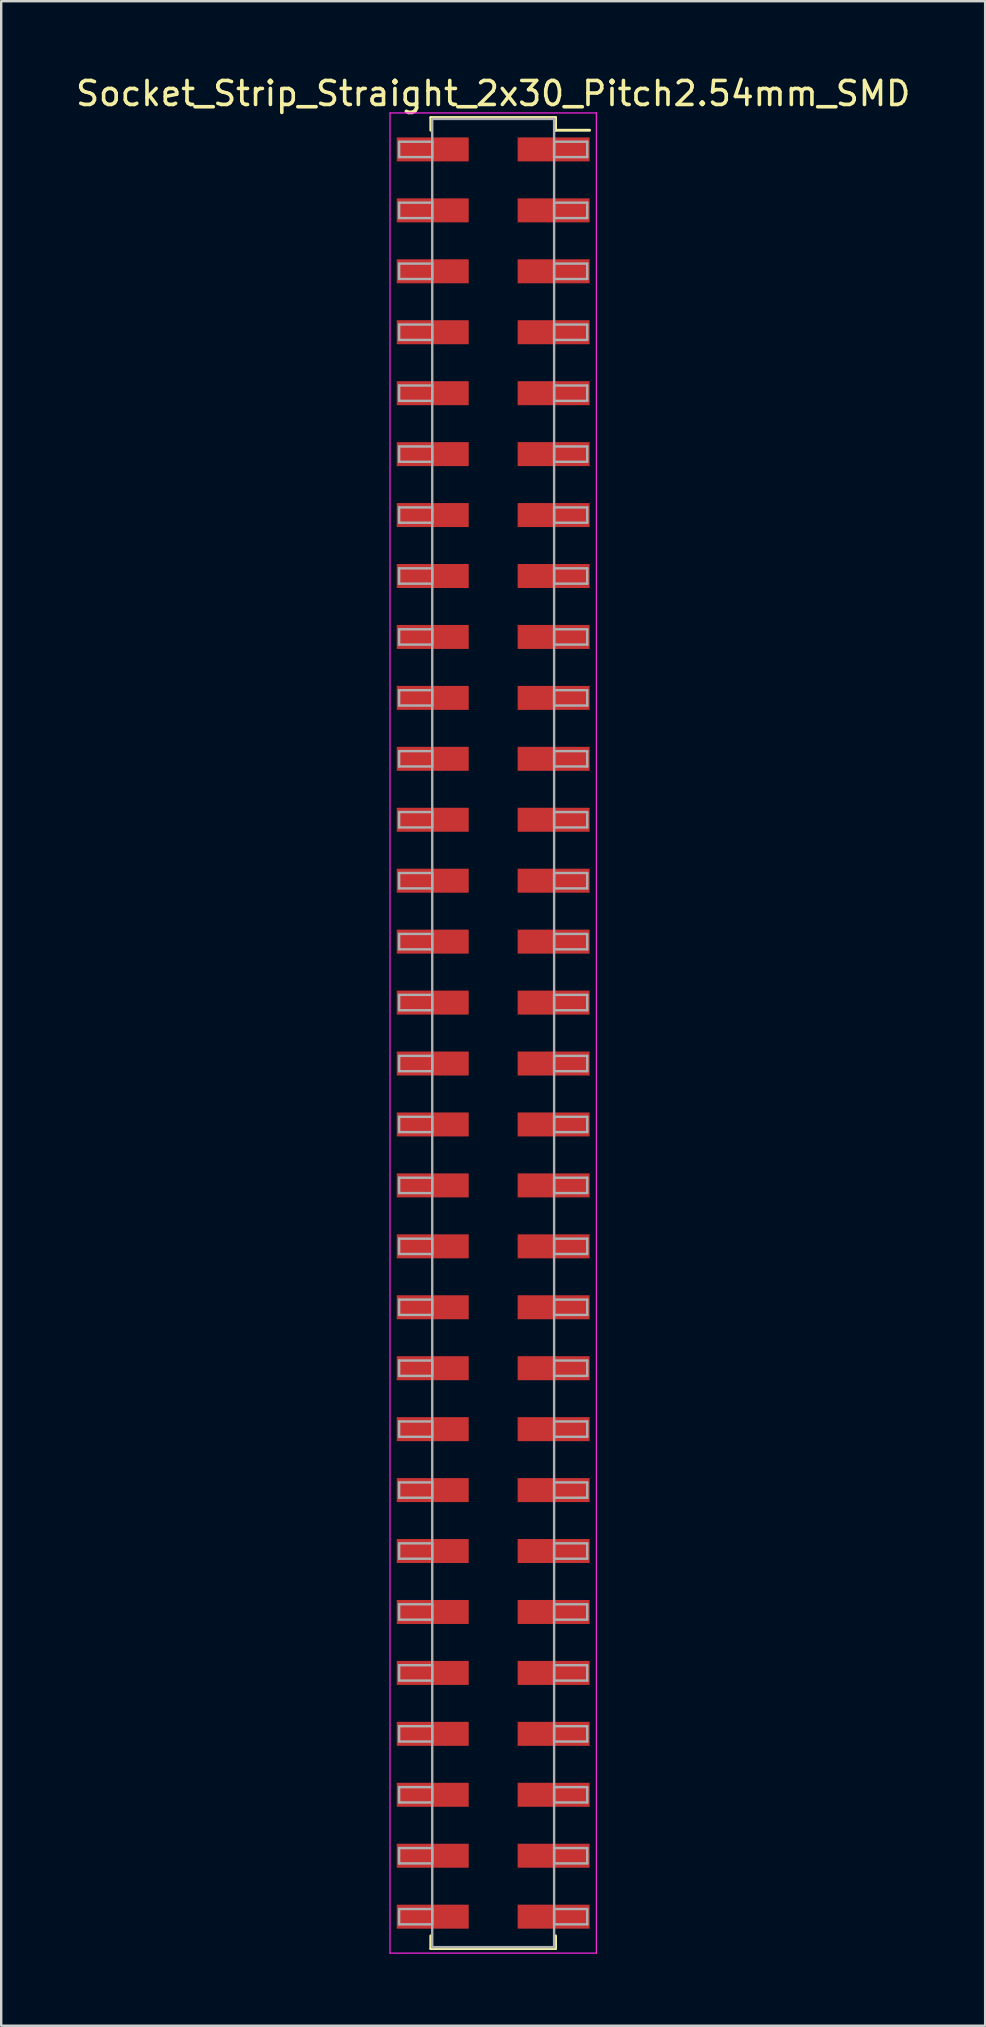
<source format=kicad_pcb>
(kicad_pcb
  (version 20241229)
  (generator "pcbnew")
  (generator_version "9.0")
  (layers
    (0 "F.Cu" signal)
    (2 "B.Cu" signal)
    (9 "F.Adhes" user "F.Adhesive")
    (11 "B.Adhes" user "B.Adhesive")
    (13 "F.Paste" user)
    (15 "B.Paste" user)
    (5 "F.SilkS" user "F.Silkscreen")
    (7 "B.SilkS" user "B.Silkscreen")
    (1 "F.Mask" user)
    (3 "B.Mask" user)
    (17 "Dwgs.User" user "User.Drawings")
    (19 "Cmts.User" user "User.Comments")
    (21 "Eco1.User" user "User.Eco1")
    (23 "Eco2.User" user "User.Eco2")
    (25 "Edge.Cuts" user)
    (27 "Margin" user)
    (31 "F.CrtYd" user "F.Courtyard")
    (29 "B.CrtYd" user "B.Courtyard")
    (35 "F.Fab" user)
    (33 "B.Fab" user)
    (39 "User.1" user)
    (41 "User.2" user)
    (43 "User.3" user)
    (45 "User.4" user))
  (footprint "Socket_Strip_Straight_2x30_Pitch2.54mm_SMD"
    (layer "F.Cu")
    (at 17.506 40.008)
    (property "Reference" "Socket_Strip_Straight_2x30_Pitch2.54mm_SMD" (at 0 -39.16 0) (layer "F.SilkS") (effects (font (size 1 1) (thickness 0.15))))
    (attr smd)
    (fp_line (start -2.6 -38.16) (end 2.6 -38.16) (stroke (width 0.12) (type solid)) (layer "F.SilkS"))
    (fp_line (start -2.6 -37.63) (end -2.6 -38.16) (stroke (width 0.12) (type solid)) (layer "F.SilkS"))
    (fp_line (start -2.6 37.63) (end -2.6 38.16) (stroke (width 0.12) (type solid)) (layer "F.SilkS"))
    (fp_line (start -2.6 38.16) (end 2.6 38.16) (stroke (width 0.12) (type solid)) (layer "F.SilkS"))
    (fp_line (start 2.6 -38.16) (end 2.6 -37.63) (stroke (width 0.12) (type solid)) (layer "F.SilkS"))
    (fp_line (start 2.6 38.16) (end 2.6 37.63) (stroke (width 0.12) (type solid)) (layer "F.SilkS"))
    (fp_line (start 4.02 -37.63) (end 2.6 -37.63) (stroke (width 0.12) (type solid)) (layer "F.SilkS"))
    (fp_line (start -4.3 -38.35) (end -4.3 38.35) (stroke (width 0.05) (type solid)) (layer "F.CrtYd"))
    (fp_line (start -4.3 38.35) (end 4.3 38.35) (stroke (width 0.05) (type solid)) (layer "F.CrtYd"))
    (fp_line (start 4.3 -38.35) (end -4.3 -38.35) (stroke (width 0.05) (type solid)) (layer "F.CrtYd"))
    (fp_line (start 4.3 38.35) (end 4.3 -38.35) (stroke (width 0.05) (type solid)) (layer "F.CrtYd"))
    (fp_line (start -3.92 -37.15) (end -2.54 -37.15) (stroke (width 0.1) (type solid)) (layer "F.Fab"))
    (fp_line (start -3.92 -36.51) (end -3.92 -37.15) (stroke (width 0.1) (type solid)) (layer "F.Fab"))
    (fp_line (start -3.92 -34.61) (end -2.54 -34.61) (stroke (width 0.1) (type solid)) (layer "F.Fab"))
    (fp_line (start -3.92 -33.97) (end -3.92 -34.61) (stroke (width 0.1) (type solid)) (layer "F.Fab"))
    (fp_line (start -3.92 -32.07) (end -2.54 -32.07) (stroke (width 0.1) (type solid)) (layer "F.Fab"))
    (fp_line (start -3.92 -31.43) (end -3.92 -32.07) (stroke (width 0.1) (type solid)) (layer "F.Fab"))
    (fp_line (start -3.92 -29.53) (end -2.54 -29.53) (stroke (width 0.1) (type solid)) (layer "F.Fab"))
    (fp_line (start -3.92 -28.89) (end -3.92 -29.53) (stroke (width 0.1) (type solid)) (layer "F.Fab"))
    (fp_line (start -3.92 -26.99) (end -2.54 -26.99) (stroke (width 0.1) (type solid)) (layer "F.Fab"))
    (fp_line (start -3.92 -26.35) (end -3.92 -26.99) (stroke (width 0.1) (type solid)) (layer "F.Fab"))
    (fp_line (start -3.92 -24.45) (end -2.54 -24.45) (stroke (width 0.1) (type solid)) (layer "F.Fab"))
    (fp_line (start -3.92 -23.81) (end -3.92 -24.45) (stroke (width 0.1) (type solid)) (layer "F.Fab"))
    (fp_line (start -3.92 -21.91) (end -2.54 -21.91) (stroke (width 0.1) (type solid)) (layer "F.Fab"))
    (fp_line (start -3.92 -21.27) (end -3.92 -21.91) (stroke (width 0.1) (type solid)) (layer "F.Fab"))
    (fp_line (start -3.92 -19.37) (end -2.54 -19.37) (stroke (width 0.1) (type solid)) (layer "F.Fab"))
    (fp_line (start -3.92 -18.73) (end -3.92 -19.37) (stroke (width 0.1) (type solid)) (layer "F.Fab"))
    (fp_line (start -3.92 -16.83) (end -2.54 -16.83) (stroke (width 0.1) (type solid)) (layer "F.Fab"))
    (fp_line (start -3.92 -16.19) (end -3.92 -16.83) (stroke (width 0.1) (type solid)) (layer "F.Fab"))
    (fp_line (start -3.92 -14.29) (end -2.54 -14.29) (stroke (width 0.1) (type solid)) (layer "F.Fab"))
    (fp_line (start -3.92 -13.65) (end -3.92 -14.29) (stroke (width 0.1) (type solid)) (layer "F.Fab"))
    (fp_line (start -3.92 -11.75) (end -2.54 -11.75) (stroke (width 0.1) (type solid)) (layer "F.Fab"))
    (fp_line (start -3.92 -11.11) (end -3.92 -11.75) (stroke (width 0.1) (type solid)) (layer "F.Fab"))
    (fp_line (start -3.92 -9.21) (end -2.54 -9.21) (stroke (width 0.1) (type solid)) (layer "F.Fab"))
    (fp_line (start -3.92 -8.57) (end -3.92 -9.21) (stroke (width 0.1) (type solid)) (layer "F.Fab"))
    (fp_line (start -3.92 -6.67) (end -2.54 -6.67) (stroke (width 0.1) (type solid)) (layer "F.Fab"))
    (fp_line (start -3.92 -6.03) (end -3.92 -6.67) (stroke (width 0.1) (type solid)) (layer "F.Fab"))
    (fp_line (start -3.92 -4.13) (end -2.54 -4.13) (stroke (width 0.1) (type solid)) (layer "F.Fab"))
    (fp_line (start -3.92 -3.49) (end -3.92 -4.13) (stroke (width 0.1) (type solid)) (layer "F.Fab"))
    (fp_line (start -3.92 -1.59) (end -2.54 -1.59) (stroke (width 0.1) (type solid)) (layer "F.Fab"))
    (fp_line (start -3.92 -0.95) (end -3.92 -1.59) (stroke (width 0.1) (type solid)) (layer "F.Fab"))
    (fp_line (start -3.92 0.95) (end -2.54 0.95) (stroke (width 0.1) (type solid)) (layer "F.Fab"))
    (fp_line (start -3.92 1.59) (end -3.92 0.95) (stroke (width 0.1) (type solid)) (layer "F.Fab"))
    (fp_line (start -3.92 3.49) (end -2.54 3.49) (stroke (width 0.1) (type solid)) (layer "F.Fab"))
    (fp_line (start -3.92 4.13) (end -3.92 3.49) (stroke (width 0.1) (type solid)) (layer "F.Fab"))
    (fp_line (start -3.92 6.03) (end -2.54 6.03) (stroke (width 0.1) (type solid)) (layer "F.Fab"))
    (fp_line (start -3.92 6.67) (end -3.92 6.03) (stroke (width 0.1) (type solid)) (layer "F.Fab"))
    (fp_line (start -3.92 8.57) (end -2.54 8.57) (stroke (width 0.1) (type solid)) (layer "F.Fab"))
    (fp_line (start -3.92 9.21) (end -3.92 8.57) (stroke (width 0.1) (type solid)) (layer "F.Fab"))
    (fp_line (start -3.92 11.11) (end -2.54 11.11) (stroke (width 0.1) (type solid)) (layer "F.Fab"))
    (fp_line (start -3.92 11.75) (end -3.92 11.11) (stroke (width 0.1) (type solid)) (layer "F.Fab"))
    (fp_line (start -3.92 13.65) (end -2.54 13.65) (stroke (width 0.1) (type solid)) (layer "F.Fab"))
    (fp_line (start -3.92 14.29) (end -3.92 13.65) (stroke (width 0.1) (type solid)) (layer "F.Fab"))
    (fp_line (start -3.92 16.19) (end -2.54 16.19) (stroke (width 0.1) (type solid)) (layer "F.Fab"))
    (fp_line (start -3.92 16.83) (end -3.92 16.19) (stroke (width 0.1) (type solid)) (layer "F.Fab"))
    (fp_line (start -3.92 18.73) (end -2.54 18.73) (stroke (width 0.1) (type solid)) (layer "F.Fab"))
    (fp_line (start -3.92 19.37) (end -3.92 18.73) (stroke (width 0.1) (type solid)) (layer "F.Fab"))
    (fp_line (start -3.92 21.27) (end -2.54 21.27) (stroke (width 0.1) (type solid)) (layer "F.Fab"))
    (fp_line (start -3.92 21.91) (end -3.92 21.27) (stroke (width 0.1) (type solid)) (layer "F.Fab"))
    (fp_line (start -3.92 23.81) (end -2.54 23.81) (stroke (width 0.1) (type solid)) (layer "F.Fab"))
    (fp_line (start -3.92 24.45) (end -3.92 23.81) (stroke (width 0.1) (type solid)) (layer "F.Fab"))
    (fp_line (start -3.92 26.35) (end -2.54 26.35) (stroke (width 0.1) (type solid)) (layer "F.Fab"))
    (fp_line (start -3.92 26.99) (end -3.92 26.35) (stroke (width 0.1) (type solid)) (layer "F.Fab"))
    (fp_line (start -3.92 28.89) (end -2.54 28.89) (stroke (width 0.1) (type solid)) (layer "F.Fab"))
    (fp_line (start -3.92 29.53) (end -3.92 28.89) (stroke (width 0.1) (type solid)) (layer "F.Fab"))
    (fp_line (start -3.92 31.43) (end -2.54 31.43) (stroke (width 0.1) (type solid)) (layer "F.Fab"))
    (fp_line (start -3.92 32.07) (end -3.92 31.43) (stroke (width 0.1) (type solid)) (layer "F.Fab"))
    (fp_line (start -3.92 33.97) (end -2.54 33.97) (stroke (width 0.1) (type solid)) (layer "F.Fab"))
    (fp_line (start -3.92 34.61) (end -3.92 33.97) (stroke (width 0.1) (type solid)) (layer "F.Fab"))
    (fp_line (start -3.92 36.51) (end -2.54 36.51) (stroke (width 0.1) (type solid)) (layer "F.Fab"))
    (fp_line (start -3.92 37.15) (end -3.92 36.51) (stroke (width 0.1) (type solid)) (layer "F.Fab"))
    (fp_line (start -2.54 -38.1) (end -2.54 38.1) (stroke (width 0.1) (type solid)) (layer "F.Fab"))
    (fp_line (start -2.54 -37.15) (end -2.54 -36.51) (stroke (width 0.1) (type solid)) (layer "F.Fab"))
    (fp_line (start -2.54 -36.51) (end -3.92 -36.51) (stroke (width 0.1) (type solid)) (layer "F.Fab"))
    (fp_line (start -2.54 -34.61) (end -2.54 -33.97) (stroke (width 0.1) (type solid)) (layer "F.Fab"))
    (fp_line (start -2.54 -33.97) (end -3.92 -33.97) (stroke (width 0.1) (type solid)) (layer "F.Fab"))
    (fp_line (start -2.54 -32.07) (end -2.54 -31.43) (stroke (width 0.1) (type solid)) (layer "F.Fab"))
    (fp_line (start -2.54 -31.43) (end -3.92 -31.43) (stroke (width 0.1) (type solid)) (layer "F.Fab"))
    (fp_line (start -2.54 -29.53) (end -2.54 -28.89) (stroke (width 0.1) (type solid)) (layer "F.Fab"))
    (fp_line (start -2.54 -28.89) (end -3.92 -28.89) (stroke (width 0.1) (type solid)) (layer "F.Fab"))
    (fp_line (start -2.54 -26.99) (end -2.54 -26.35) (stroke (width 0.1) (type solid)) (layer "F.Fab"))
    (fp_line (start -2.54 -26.35) (end -3.92 -26.35) (stroke (width 0.1) (type solid)) (layer "F.Fab"))
    (fp_line (start -2.54 -24.45) (end -2.54 -23.81) (stroke (width 0.1) (type solid)) (layer "F.Fab"))
    (fp_line (start -2.54 -23.81) (end -3.92 -23.81) (stroke (width 0.1) (type solid)) (layer "F.Fab"))
    (fp_line (start -2.54 -21.91) (end -2.54 -21.27) (stroke (width 0.1) (type solid)) (layer "F.Fab"))
    (fp_line (start -2.54 -21.27) (end -3.92 -21.27) (stroke (width 0.1) (type solid)) (layer "F.Fab"))
    (fp_line (start -2.54 -19.37) (end -2.54 -18.73) (stroke (width 0.1) (type solid)) (layer "F.Fab"))
    (fp_line (start -2.54 -18.73) (end -3.92 -18.73) (stroke (width 0.1) (type solid)) (layer "F.Fab"))
    (fp_line (start -2.54 -16.83) (end -2.54 -16.19) (stroke (width 0.1) (type solid)) (layer "F.Fab"))
    (fp_line (start -2.54 -16.19) (end -3.92 -16.19) (stroke (width 0.1) (type solid)) (layer "F.Fab"))
    (fp_line (start -2.54 -14.29) (end -2.54 -13.65) (stroke (width 0.1) (type solid)) (layer "F.Fab"))
    (fp_line (start -2.54 -13.65) (end -3.92 -13.65) (stroke (width 0.1) (type solid)) (layer "F.Fab"))
    (fp_line (start -2.54 -11.75) (end -2.54 -11.11) (stroke (width 0.1) (type solid)) (layer "F.Fab"))
    (fp_line (start -2.54 -11.11) (end -3.92 -11.11) (stroke (width 0.1) (type solid)) (layer "F.Fab"))
    (fp_line (start -2.54 -9.21) (end -2.54 -8.57) (stroke (width 0.1) (type solid)) (layer "F.Fab"))
    (fp_line (start -2.54 -8.57) (end -3.92 -8.57) (stroke (width 0.1) (type solid)) (layer "F.Fab"))
    (fp_line (start -2.54 -6.67) (end -2.54 -6.03) (stroke (width 0.1) (type solid)) (layer "F.Fab"))
    (fp_line (start -2.54 -6.03) (end -3.92 -6.03) (stroke (width 0.1) (type solid)) (layer "F.Fab"))
    (fp_line (start -2.54 -4.13) (end -2.54 -3.49) (stroke (width 0.1) (type solid)) (layer "F.Fab"))
    (fp_line (start -2.54 -3.49) (end -3.92 -3.49) (stroke (width 0.1) (type solid)) (layer "F.Fab"))
    (fp_line (start -2.54 -1.59) (end -2.54 -0.95) (stroke (width 0.1) (type solid)) (layer "F.Fab"))
    (fp_line (start -2.54 -0.95) (end -3.92 -0.95) (stroke (width 0.1) (type solid)) (layer "F.Fab"))
    (fp_line (start -2.54 0.95) (end -2.54 1.59) (stroke (width 0.1) (type solid)) (layer "F.Fab"))
    (fp_line (start -2.54 1.59) (end -3.92 1.59) (stroke (width 0.1) (type solid)) (layer "F.Fab"))
    (fp_line (start -2.54 3.49) (end -2.54 4.13) (stroke (width 0.1) (type solid)) (layer "F.Fab"))
    (fp_line (start -2.54 4.13) (end -3.92 4.13) (stroke (width 0.1) (type solid)) (layer "F.Fab"))
    (fp_line (start -2.54 6.03) (end -2.54 6.67) (stroke (width 0.1) (type solid)) (layer "F.Fab"))
    (fp_line (start -2.54 6.67) (end -3.92 6.67) (stroke (width 0.1) (type solid)) (layer "F.Fab"))
    (fp_line (start -2.54 8.57) (end -2.54 9.21) (stroke (width 0.1) (type solid)) (layer "F.Fab"))
    (fp_line (start -2.54 9.21) (end -3.92 9.21) (stroke (width 0.1) (type solid)) (layer "F.Fab"))
    (fp_line (start -2.54 11.11) (end -2.54 11.75) (stroke (width 0.1) (type solid)) (layer "F.Fab"))
    (fp_line (start -2.54 11.75) (end -3.92 11.75) (stroke (width 0.1) (type solid)) (layer "F.Fab"))
    (fp_line (start -2.54 13.65) (end -2.54 14.29) (stroke (width 0.1) (type solid)) (layer "F.Fab"))
    (fp_line (start -2.54 14.29) (end -3.92 14.29) (stroke (width 0.1) (type solid)) (layer "F.Fab"))
    (fp_line (start -2.54 16.19) (end -2.54 16.83) (stroke (width 0.1) (type solid)) (layer "F.Fab"))
    (fp_line (start -2.54 16.83) (end -3.92 16.83) (stroke (width 0.1) (type solid)) (layer "F.Fab"))
    (fp_line (start -2.54 18.73) (end -2.54 19.37) (stroke (width 0.1) (type solid)) (layer "F.Fab"))
    (fp_line (start -2.54 19.37) (end -3.92 19.37) (stroke (width 0.1) (type solid)) (layer "F.Fab"))
    (fp_line (start -2.54 21.27) (end -2.54 21.91) (stroke (width 0.1) (type solid)) (layer "F.Fab"))
    (fp_line (start -2.54 21.91) (end -3.92 21.91) (stroke (width 0.1) (type solid)) (layer "F.Fab"))
    (fp_line (start -2.54 23.81) (end -2.54 24.45) (stroke (width 0.1) (type solid)) (layer "F.Fab"))
    (fp_line (start -2.54 24.45) (end -3.92 24.45) (stroke (width 0.1) (type solid)) (layer "F.Fab"))
    (fp_line (start -2.54 26.35) (end -2.54 26.99) (stroke (width 0.1) (type solid)) (layer "F.Fab"))
    (fp_line (start -2.54 26.99) (end -3.92 26.99) (stroke (width 0.1) (type solid)) (layer "F.Fab"))
    (fp_line (start -2.54 28.89) (end -2.54 29.53) (stroke (width 0.1) (type solid)) (layer "F.Fab"))
    (fp_line (start -2.54 29.53) (end -3.92 29.53) (stroke (width 0.1) (type solid)) (layer "F.Fab"))
    (fp_line (start -2.54 31.43) (end -2.54 32.07) (stroke (width 0.1) (type solid)) (layer "F.Fab"))
    (fp_line (start -2.54 32.07) (end -3.92 32.07) (stroke (width 0.1) (type solid)) (layer "F.Fab"))
    (fp_line (start -2.54 33.97) (end -2.54 34.61) (stroke (width 0.1) (type solid)) (layer "F.Fab"))
    (fp_line (start -2.54 34.61) (end -3.92 34.61) (stroke (width 0.1) (type solid)) (layer "F.Fab"))
    (fp_line (start -2.54 36.51) (end -2.54 37.15) (stroke (width 0.1) (type solid)) (layer "F.Fab"))
    (fp_line (start -2.54 37.15) (end -3.92 37.15) (stroke (width 0.1) (type solid)) (layer "F.Fab"))
    (fp_line (start -2.54 38.1) (end 2.54 38.1) (stroke (width 0.1) (type solid)) (layer "F.Fab"))
    (fp_line (start 2.54 -38.1) (end -2.54 -38.1) (stroke (width 0.1) (type solid)) (layer "F.Fab"))
    (fp_line (start 2.54 -37.15) (end 2.54 -36.51) (stroke (width 0.1) (type solid)) (layer "F.Fab"))
    (fp_line (start 2.54 -36.51) (end 3.92 -36.51) (stroke (width 0.1) (type solid)) (layer "F.Fab"))
    (fp_line (start 2.54 -34.61) (end 2.54 -33.97) (stroke (width 0.1) (type solid)) (layer "F.Fab"))
    (fp_line (start 2.54 -33.97) (end 3.92 -33.97) (stroke (width 0.1) (type solid)) (layer "F.Fab"))
    (fp_line (start 2.54 -32.07) (end 2.54 -31.43) (stroke (width 0.1) (type solid)) (layer "F.Fab"))
    (fp_line (start 2.54 -31.43) (end 3.92 -31.43) (stroke (width 0.1) (type solid)) (layer "F.Fab"))
    (fp_line (start 2.54 -29.53) (end 2.54 -28.89) (stroke (width 0.1) (type solid)) (layer "F.Fab"))
    (fp_line (start 2.54 -28.89) (end 3.92 -28.89) (stroke (width 0.1) (type solid)) (layer "F.Fab"))
    (fp_line (start 2.54 -26.99) (end 2.54 -26.35) (stroke (width 0.1) (type solid)) (layer "F.Fab"))
    (fp_line (start 2.54 -26.35) (end 3.92 -26.35) (stroke (width 0.1) (type solid)) (layer "F.Fab"))
    (fp_line (start 2.54 -24.45) (end 2.54 -23.81) (stroke (width 0.1) (type solid)) (layer "F.Fab"))
    (fp_line (start 2.54 -23.81) (end 3.92 -23.81) (stroke (width 0.1) (type solid)) (layer "F.Fab"))
    (fp_line (start 2.54 -21.91) (end 2.54 -21.27) (stroke (width 0.1) (type solid)) (layer "F.Fab"))
    (fp_line (start 2.54 -21.27) (end 3.92 -21.27) (stroke (width 0.1) (type solid)) (layer "F.Fab"))
    (fp_line (start 2.54 -19.37) (end 2.54 -18.73) (stroke (width 0.1) (type solid)) (layer "F.Fab"))
    (fp_line (start 2.54 -18.73) (end 3.92 -18.73) (stroke (width 0.1) (type solid)) (layer "F.Fab"))
    (fp_line (start 2.54 -16.83) (end 2.54 -16.19) (stroke (width 0.1) (type solid)) (layer "F.Fab"))
    (fp_line (start 2.54 -16.19) (end 3.92 -16.19) (stroke (width 0.1) (type solid)) (layer "F.Fab"))
    (fp_line (start 2.54 -14.29) (end 2.54 -13.65) (stroke (width 0.1) (type solid)) (layer "F.Fab"))
    (fp_line (start 2.54 -13.65) (end 3.92 -13.65) (stroke (width 0.1) (type solid)) (layer "F.Fab"))
    (fp_line (start 2.54 -11.75) (end 2.54 -11.11) (stroke (width 0.1) (type solid)) (layer "F.Fab"))
    (fp_line (start 2.54 -11.11) (end 3.92 -11.11) (stroke (width 0.1) (type solid)) (layer "F.Fab"))
    (fp_line (start 2.54 -9.21) (end 2.54 -8.57) (stroke (width 0.1) (type solid)) (layer "F.Fab"))
    (fp_line (start 2.54 -8.57) (end 3.92 -8.57) (stroke (width 0.1) (type solid)) (layer "F.Fab"))
    (fp_line (start 2.54 -6.67) (end 2.54 -6.03) (stroke (width 0.1) (type solid)) (layer "F.Fab"))
    (fp_line (start 2.54 -6.03) (end 3.92 -6.03) (stroke (width 0.1) (type solid)) (layer "F.Fab"))
    (fp_line (start 2.54 -4.13) (end 2.54 -3.49) (stroke (width 0.1) (type solid)) (layer "F.Fab"))
    (fp_line (start 2.54 -3.49) (end 3.92 -3.49) (stroke (width 0.1) (type solid)) (layer "F.Fab"))
    (fp_line (start 2.54 -1.59) (end 2.54 -0.95) (stroke (width 0.1) (type solid)) (layer "F.Fab"))
    (fp_line (start 2.54 -0.95) (end 3.92 -0.95) (stroke (width 0.1) (type solid)) (layer "F.Fab"))
    (fp_line (start 2.54 0.95) (end 2.54 1.59) (stroke (width 0.1) (type solid)) (layer "F.Fab"))
    (fp_line (start 2.54 1.59) (end 3.92 1.59) (stroke (width 0.1) (type solid)) (layer "F.Fab"))
    (fp_line (start 2.54 3.49) (end 2.54 4.13) (stroke (width 0.1) (type solid)) (layer "F.Fab"))
    (fp_line (start 2.54 4.13) (end 3.92 4.13) (stroke (width 0.1) (type solid)) (layer "F.Fab"))
    (fp_line (start 2.54 6.03) (end 2.54 6.67) (stroke (width 0.1) (type solid)) (layer "F.Fab"))
    (fp_line (start 2.54 6.67) (end 3.92 6.67) (stroke (width 0.1) (type solid)) (layer "F.Fab"))
    (fp_line (start 2.54 8.57) (end 2.54 9.21) (stroke (width 0.1) (type solid)) (layer "F.Fab"))
    (fp_line (start 2.54 9.21) (end 3.92 9.21) (stroke (width 0.1) (type solid)) (layer "F.Fab"))
    (fp_line (start 2.54 11.11) (end 2.54 11.75) (stroke (width 0.1) (type solid)) (layer "F.Fab"))
    (fp_line (start 2.54 11.75) (end 3.92 11.75) (stroke (width 0.1) (type solid)) (layer "F.Fab"))
    (fp_line (start 2.54 13.65) (end 2.54 14.29) (stroke (width 0.1) (type solid)) (layer "F.Fab"))
    (fp_line (start 2.54 14.29) (end 3.92 14.29) (stroke (width 0.1) (type solid)) (layer "F.Fab"))
    (fp_line (start 2.54 16.19) (end 2.54 16.83) (stroke (width 0.1) (type solid)) (layer "F.Fab"))
    (fp_line (start 2.54 16.83) (end 3.92 16.83) (stroke (width 0.1) (type solid)) (layer "F.Fab"))
    (fp_line (start 2.54 18.73) (end 2.54 19.37) (stroke (width 0.1) (type solid)) (layer "F.Fab"))
    (fp_line (start 2.54 19.37) (end 3.92 19.37) (stroke (width 0.1) (type solid)) (layer "F.Fab"))
    (fp_line (start 2.54 21.27) (end 2.54 21.91) (stroke (width 0.1) (type solid)) (layer "F.Fab"))
    (fp_line (start 2.54 21.91) (end 3.92 21.91) (stroke (width 0.1) (type solid)) (layer "F.Fab"))
    (fp_line (start 2.54 23.81) (end 2.54 24.45) (stroke (width 0.1) (type solid)) (layer "F.Fab"))
    (fp_line (start 2.54 24.45) (end 3.92 24.45) (stroke (width 0.1) (type solid)) (layer "F.Fab"))
    (fp_line (start 2.54 26.35) (end 2.54 26.99) (stroke (width 0.1) (type solid)) (layer "F.Fab"))
    (fp_line (start 2.54 26.99) (end 3.92 26.99) (stroke (width 0.1) (type solid)) (layer "F.Fab"))
    (fp_line (start 2.54 28.89) (end 2.54 29.53) (stroke (width 0.1) (type solid)) (layer "F.Fab"))
    (fp_line (start 2.54 29.53) (end 3.92 29.53) (stroke (width 0.1) (type solid)) (layer "F.Fab"))
    (fp_line (start 2.54 31.43) (end 2.54 32.07) (stroke (width 0.1) (type solid)) (layer "F.Fab"))
    (fp_line (start 2.54 32.07) (end 3.92 32.07) (stroke (width 0.1) (type solid)) (layer "F.Fab"))
    (fp_line (start 2.54 33.97) (end 2.54 34.61) (stroke (width 0.1) (type solid)) (layer "F.Fab"))
    (fp_line (start 2.54 34.61) (end 3.92 34.61) (stroke (width 0.1) (type solid)) (layer "F.Fab"))
    (fp_line (start 2.54 36.51) (end 2.54 37.15) (stroke (width 0.1) (type solid)) (layer "F.Fab"))
    (fp_line (start 2.54 37.15) (end 3.92 37.15) (stroke (width 0.1) (type solid)) (layer "F.Fab"))
    (fp_line (start 2.54 38.1) (end 2.54 -38.1) (stroke (width 0.1) (type solid)) (layer "F.Fab"))
    (fp_line (start 3.92 -37.15) (end 2.54 -37.15) (stroke (width 0.1) (type solid)) (layer "F.Fab"))
    (fp_line (start 3.92 -36.51) (end 3.92 -37.15) (stroke (width 0.1) (type solid)) (layer "F.Fab"))
    (fp_line (start 3.92 -34.61) (end 2.54 -34.61) (stroke (width 0.1) (type solid)) (layer "F.Fab"))
    (fp_line (start 3.92 -33.97) (end 3.92 -34.61) (stroke (width 0.1) (type solid)) (layer "F.Fab"))
    (fp_line (start 3.92 -32.07) (end 2.54 -32.07) (stroke (width 0.1) (type solid)) (layer "F.Fab"))
    (fp_line (start 3.92 -31.43) (end 3.92 -32.07) (stroke (width 0.1) (type solid)) (layer "F.Fab"))
    (fp_line (start 3.92 -29.53) (end 2.54 -29.53) (stroke (width 0.1) (type solid)) (layer "F.Fab"))
    (fp_line (start 3.92 -28.89) (end 3.92 -29.53) (stroke (width 0.1) (type solid)) (layer "F.Fab"))
    (fp_line (start 3.92 -26.99) (end 2.54 -26.99) (stroke (width 0.1) (type solid)) (layer "F.Fab"))
    (fp_line (start 3.92 -26.35) (end 3.92 -26.99) (stroke (width 0.1) (type solid)) (layer "F.Fab"))
    (fp_line (start 3.92 -24.45) (end 2.54 -24.45) (stroke (width 0.1) (type solid)) (layer "F.Fab"))
    (fp_line (start 3.92 -23.81) (end 3.92 -24.45) (stroke (width 0.1) (type solid)) (layer "F.Fab"))
    (fp_line (start 3.92 -21.91) (end 2.54 -21.91) (stroke (width 0.1) (type solid)) (layer "F.Fab"))
    (fp_line (start 3.92 -21.27) (end 3.92 -21.91) (stroke (width 0.1) (type solid)) (layer "F.Fab"))
    (fp_line (start 3.92 -19.37) (end 2.54 -19.37) (stroke (width 0.1) (type solid)) (layer "F.Fab"))
    (fp_line (start 3.92 -18.73) (end 3.92 -19.37) (stroke (width 0.1) (type solid)) (layer "F.Fab"))
    (fp_line (start 3.92 -16.83) (end 2.54 -16.83) (stroke (width 0.1) (type solid)) (layer "F.Fab"))
    (fp_line (start 3.92 -16.19) (end 3.92 -16.83) (stroke (width 0.1) (type solid)) (layer "F.Fab"))
    (fp_line (start 3.92 -14.29) (end 2.54 -14.29) (stroke (width 0.1) (type solid)) (layer "F.Fab"))
    (fp_line (start 3.92 -13.65) (end 3.92 -14.29) (stroke (width 0.1) (type solid)) (layer "F.Fab"))
    (fp_line (start 3.92 -11.75) (end 2.54 -11.75) (stroke (width 0.1) (type solid)) (layer "F.Fab"))
    (fp_line (start 3.92 -11.11) (end 3.92 -11.75) (stroke (width 0.1) (type solid)) (layer "F.Fab"))
    (fp_line (start 3.92 -9.21) (end 2.54 -9.21) (stroke (width 0.1) (type solid)) (layer "F.Fab"))
    (fp_line (start 3.92 -8.57) (end 3.92 -9.21) (stroke (width 0.1) (type solid)) (layer "F.Fab"))
    (fp_line (start 3.92 -6.67) (end 2.54 -6.67) (stroke (width 0.1) (type solid)) (layer "F.Fab"))
    (fp_line (start 3.92 -6.03) (end 3.92 -6.67) (stroke (width 0.1) (type solid)) (layer "F.Fab"))
    (fp_line (start 3.92 -4.13) (end 2.54 -4.13) (stroke (width 0.1) (type solid)) (layer "F.Fab"))
    (fp_line (start 3.92 -3.49) (end 3.92 -4.13) (stroke (width 0.1) (type solid)) (layer "F.Fab"))
    (fp_line (start 3.92 -1.59) (end 2.54 -1.59) (stroke (width 0.1) (type solid)) (layer "F.Fab"))
    (fp_line (start 3.92 -0.95) (end 3.92 -1.59) (stroke (width 0.1) (type solid)) (layer "F.Fab"))
    (fp_line (start 3.92 0.95) (end 2.54 0.95) (stroke (width 0.1) (type solid)) (layer "F.Fab"))
    (fp_line (start 3.92 1.59) (end 3.92 0.95) (stroke (width 0.1) (type solid)) (layer "F.Fab"))
    (fp_line (start 3.92 3.49) (end 2.54 3.49) (stroke (width 0.1) (type solid)) (layer "F.Fab"))
    (fp_line (start 3.92 4.13) (end 3.92 3.49) (stroke (width 0.1) (type solid)) (layer "F.Fab"))
    (fp_line (start 3.92 6.03) (end 2.54 6.03) (stroke (width 0.1) (type solid)) (layer "F.Fab"))
    (fp_line (start 3.92 6.67) (end 3.92 6.03) (stroke (width 0.1) (type solid)) (layer "F.Fab"))
    (fp_line (start 3.92 8.57) (end 2.54 8.57) (stroke (width 0.1) (type solid)) (layer "F.Fab"))
    (fp_line (start 3.92 9.21) (end 3.92 8.57) (stroke (width 0.1) (type solid)) (layer "F.Fab"))
    (fp_line (start 3.92 11.11) (end 2.54 11.11) (stroke (width 0.1) (type solid)) (layer "F.Fab"))
    (fp_line (start 3.92 11.75) (end 3.92 11.11) (stroke (width 0.1) (type solid)) (layer "F.Fab"))
    (fp_line (start 3.92 13.65) (end 2.54 13.65) (stroke (width 0.1) (type solid)) (layer "F.Fab"))
    (fp_line (start 3.92 14.29) (end 3.92 13.65) (stroke (width 0.1) (type solid)) (layer "F.Fab"))
    (fp_line (start 3.92 16.19) (end 2.54 16.19) (stroke (width 0.1) (type solid)) (layer "F.Fab"))
    (fp_line (start 3.92 16.83) (end 3.92 16.19) (stroke (width 0.1) (type solid)) (layer "F.Fab"))
    (fp_line (start 3.92 18.73) (end 2.54 18.73) (stroke (width 0.1) (type solid)) (layer "F.Fab"))
    (fp_line (start 3.92 19.37) (end 3.92 18.73) (stroke (width 0.1) (type solid)) (layer "F.Fab"))
    (fp_line (start 3.92 21.27) (end 2.54 21.27) (stroke (width 0.1) (type solid)) (layer "F.Fab"))
    (fp_line (start 3.92 21.91) (end 3.92 21.27) (stroke (width 0.1) (type solid)) (layer "F.Fab"))
    (fp_line (start 3.92 23.81) (end 2.54 23.81) (stroke (width 0.1) (type solid)) (layer "F.Fab"))
    (fp_line (start 3.92 24.45) (end 3.92 23.81) (stroke (width 0.1) (type solid)) (layer "F.Fab"))
    (fp_line (start 3.92 26.35) (end 2.54 26.35) (stroke (width 0.1) (type solid)) (layer "F.Fab"))
    (fp_line (start 3.92 26.99) (end 3.92 26.35) (stroke (width 0.1) (type solid)) (layer "F.Fab"))
    (fp_line (start 3.92 28.89) (end 2.54 28.89) (stroke (width 0.1) (type solid)) (layer "F.Fab"))
    (fp_line (start 3.92 29.53) (end 3.92 28.89) (stroke (width 0.1) (type solid)) (layer "F.Fab"))
    (fp_line (start 3.92 31.43) (end 2.54 31.43) (stroke (width 0.1) (type solid)) (layer "F.Fab"))
    (fp_line (start 3.92 32.07) (end 3.92 31.43) (stroke (width 0.1) (type solid)) (layer "F.Fab"))
    (fp_line (start 3.92 33.97) (end 2.54 33.97) (stroke (width 0.1) (type solid)) (layer "F.Fab"))
    (fp_line (start 3.92 34.61) (end 3.92 33.97) (stroke (width 0.1) (type solid)) (layer "F.Fab"))
    (fp_line (start 3.92 36.51) (end 2.54 36.51) (stroke (width 0.1) (type solid)) (layer "F.Fab"))
    (fp_line (start 3.92 37.15) (end 3.92 36.51) (stroke (width 0.1) (type solid)) (layer "F.Fab"))
    (pad "1" smd rect (at 2.52 -36.83) (size 3 1) (layers "F.Cu" "F.Mask"))
    (pad "2" smd rect (at -2.52 -36.83) (size 3 1) (layers "F.Cu" "F.Mask"))
    (pad "3" smd rect (at 2.52 -34.29) (size 3 1) (layers "F.Cu" "F.Mask"))
    (pad "4" smd rect (at -2.52 -34.29) (size 3 1) (layers "F.Cu" "F.Mask"))
    (pad "5" smd rect (at 2.52 -31.75) (size 3 1) (layers "F.Cu" "F.Mask"))
    (pad "6" smd rect (at -2.52 -31.75) (size 3 1) (layers "F.Cu" "F.Mask"))
    (pad "7" smd rect (at 2.52 -29.21) (size 3 1) (layers "F.Cu" "F.Mask"))
    (pad "8" smd rect (at -2.52 -29.21) (size 3 1) (layers "F.Cu" "F.Mask"))
    (pad "9" smd rect (at 2.52 -26.67) (size 3 1) (layers "F.Cu" "F.Mask"))
    (pad "10" smd rect (at -2.52 -26.67) (size 3 1) (layers "F.Cu" "F.Mask"))
    (pad "11" smd rect (at 2.52 -24.13) (size 3 1) (layers "F.Cu" "F.Mask"))
    (pad "12" smd rect (at -2.52 -24.13) (size 3 1) (layers "F.Cu" "F.Mask"))
    (pad "13" smd rect (at 2.52 -21.59) (size 3 1) (layers "F.Cu" "F.Mask"))
    (pad "14" smd rect (at -2.52 -21.59) (size 3 1) (layers "F.Cu" "F.Mask"))
    (pad "15" smd rect (at 2.52 -19.05) (size 3 1) (layers "F.Cu" "F.Mask"))
    (pad "16" smd rect (at -2.52 -19.05) (size 3 1) (layers "F.Cu" "F.Mask"))
    (pad "17" smd rect (at 2.52 -16.51) (size 3 1) (layers "F.Cu" "F.Mask"))
    (pad "18" smd rect (at -2.52 -16.51) (size 3 1) (layers "F.Cu" "F.Mask"))
    (pad "19" smd rect (at 2.52 -13.97) (size 3 1) (layers "F.Cu" "F.Mask"))
    (pad "20" smd rect (at -2.52 -13.97) (size 3 1) (layers "F.Cu" "F.Mask"))
    (pad "21" smd rect (at 2.52 -11.43) (size 3 1) (layers "F.Cu" "F.Mask"))
    (pad "22" smd rect (at -2.52 -11.43) (size 3 1) (layers "F.Cu" "F.Mask"))
    (pad "23" smd rect (at 2.52 -8.89) (size 3 1) (layers "F.Cu" "F.Mask"))
    (pad "24" smd rect (at -2.52 -8.89) (size 3 1) (layers "F.Cu" "F.Mask"))
    (pad "25" smd rect (at 2.52 -6.35) (size 3 1) (layers "F.Cu" "F.Mask"))
    (pad "26" smd rect (at -2.52 -6.35) (size 3 1) (layers "F.Cu" "F.Mask"))
    (pad "27" smd rect (at 2.52 -3.81) (size 3 1) (layers "F.Cu" "F.Mask"))
    (pad "28" smd rect (at -2.52 -3.81) (size 3 1) (layers "F.Cu" "F.Mask"))
    (pad "29" smd rect (at 2.52 -1.27) (size 3 1) (layers "F.Cu" "F.Mask"))
    (pad "30" smd rect (at -2.52 -1.27) (size 3 1) (layers "F.Cu" "F.Mask"))
    (pad "31" smd rect (at 2.52 1.27) (size 3 1) (layers "F.Cu" "F.Mask"))
    (pad "32" smd rect (at -2.52 1.27) (size 3 1) (layers "F.Cu" "F.Mask"))
    (pad "33" smd rect (at 2.52 3.81) (size 3 1) (layers "F.Cu" "F.Mask"))
    (pad "34" smd rect (at -2.52 3.81) (size 3 1) (layers "F.Cu" "F.Mask"))
    (pad "35" smd rect (at 2.52 6.35) (size 3 1) (layers "F.Cu" "F.Mask"))
    (pad "36" smd rect (at -2.52 6.35) (size 3 1) (layers "F.Cu" "F.Mask"))
    (pad "37" smd rect (at 2.52 8.89) (size 3 1) (layers "F.Cu" "F.Mask"))
    (pad "38" smd rect (at -2.52 8.89) (size 3 1) (layers "F.Cu" "F.Mask"))
    (pad "39" smd rect (at 2.52 11.43) (size 3 1) (layers "F.Cu" "F.Mask"))
    (pad "40" smd rect (at -2.52 11.43) (size 3 1) (layers "F.Cu" "F.Mask"))
    (pad "41" smd rect (at 2.52 13.97) (size 3 1) (layers "F.Cu" "F.Mask"))
    (pad "42" smd rect (at -2.52 13.97) (size 3 1) (layers "F.Cu" "F.Mask"))
    (pad "43" smd rect (at 2.52 16.51) (size 3 1) (layers "F.Cu" "F.Mask"))
    (pad "44" smd rect (at -2.52 16.51) (size 3 1) (layers "F.Cu" "F.Mask"))
    (pad "45" smd rect (at 2.52 19.05) (size 3 1) (layers "F.Cu" "F.Mask"))
    (pad "46" smd rect (at -2.52 19.05) (size 3 1) (layers "F.Cu" "F.Mask"))
    (pad "47" smd rect (at 2.52 21.59) (size 3 1) (layers "F.Cu" "F.Mask"))
    (pad "48" smd rect (at -2.52 21.59) (size 3 1) (layers "F.Cu" "F.Mask"))
    (pad "49" smd rect (at 2.52 24.13) (size 3 1) (layers "F.Cu" "F.Mask"))
    (pad "50" smd rect (at -2.52 24.13) (size 3 1) (layers "F.Cu" "F.Mask"))
    (pad "51" smd rect (at 2.52 26.67) (size 3 1) (layers "F.Cu" "F.Mask"))
    (pad "52" smd rect (at -2.52 26.67) (size 3 1) (layers "F.Cu" "F.Mask"))
    (pad "53" smd rect (at 2.52 29.21) (size 3 1) (layers "F.Cu" "F.Mask"))
    (pad "54" smd rect (at -2.52 29.21) (size 3 1) (layers "F.Cu" "F.Mask"))
    (pad "55" smd rect (at 2.52 31.75) (size 3 1) (layers "F.Cu" "F.Mask"))
    (pad "56" smd rect (at -2.52 31.75) (size 3 1) (layers "F.Cu" "F.Mask"))
    (pad "57" smd rect (at 2.52 34.29) (size 3 1) (layers "F.Cu" "F.Mask"))
    (pad "58" smd rect (at -2.52 34.29) (size 3 1) (layers "F.Cu" "F.Mask"))
    (pad "59" smd rect (at 2.52 36.83) (size 3 1) (layers "F.Cu" "F.Mask"))
    (pad "60" smd rect (at -2.52 36.83) (size 3 1) (layers "F.Cu" "F.Mask")))
  (gr_rect
    (start -3 -3)
    (end 38.012 81.383)
    (stroke (width 0.1) (type default))
    (fill no)
    (layer "Edge.Cuts")))
</source>
